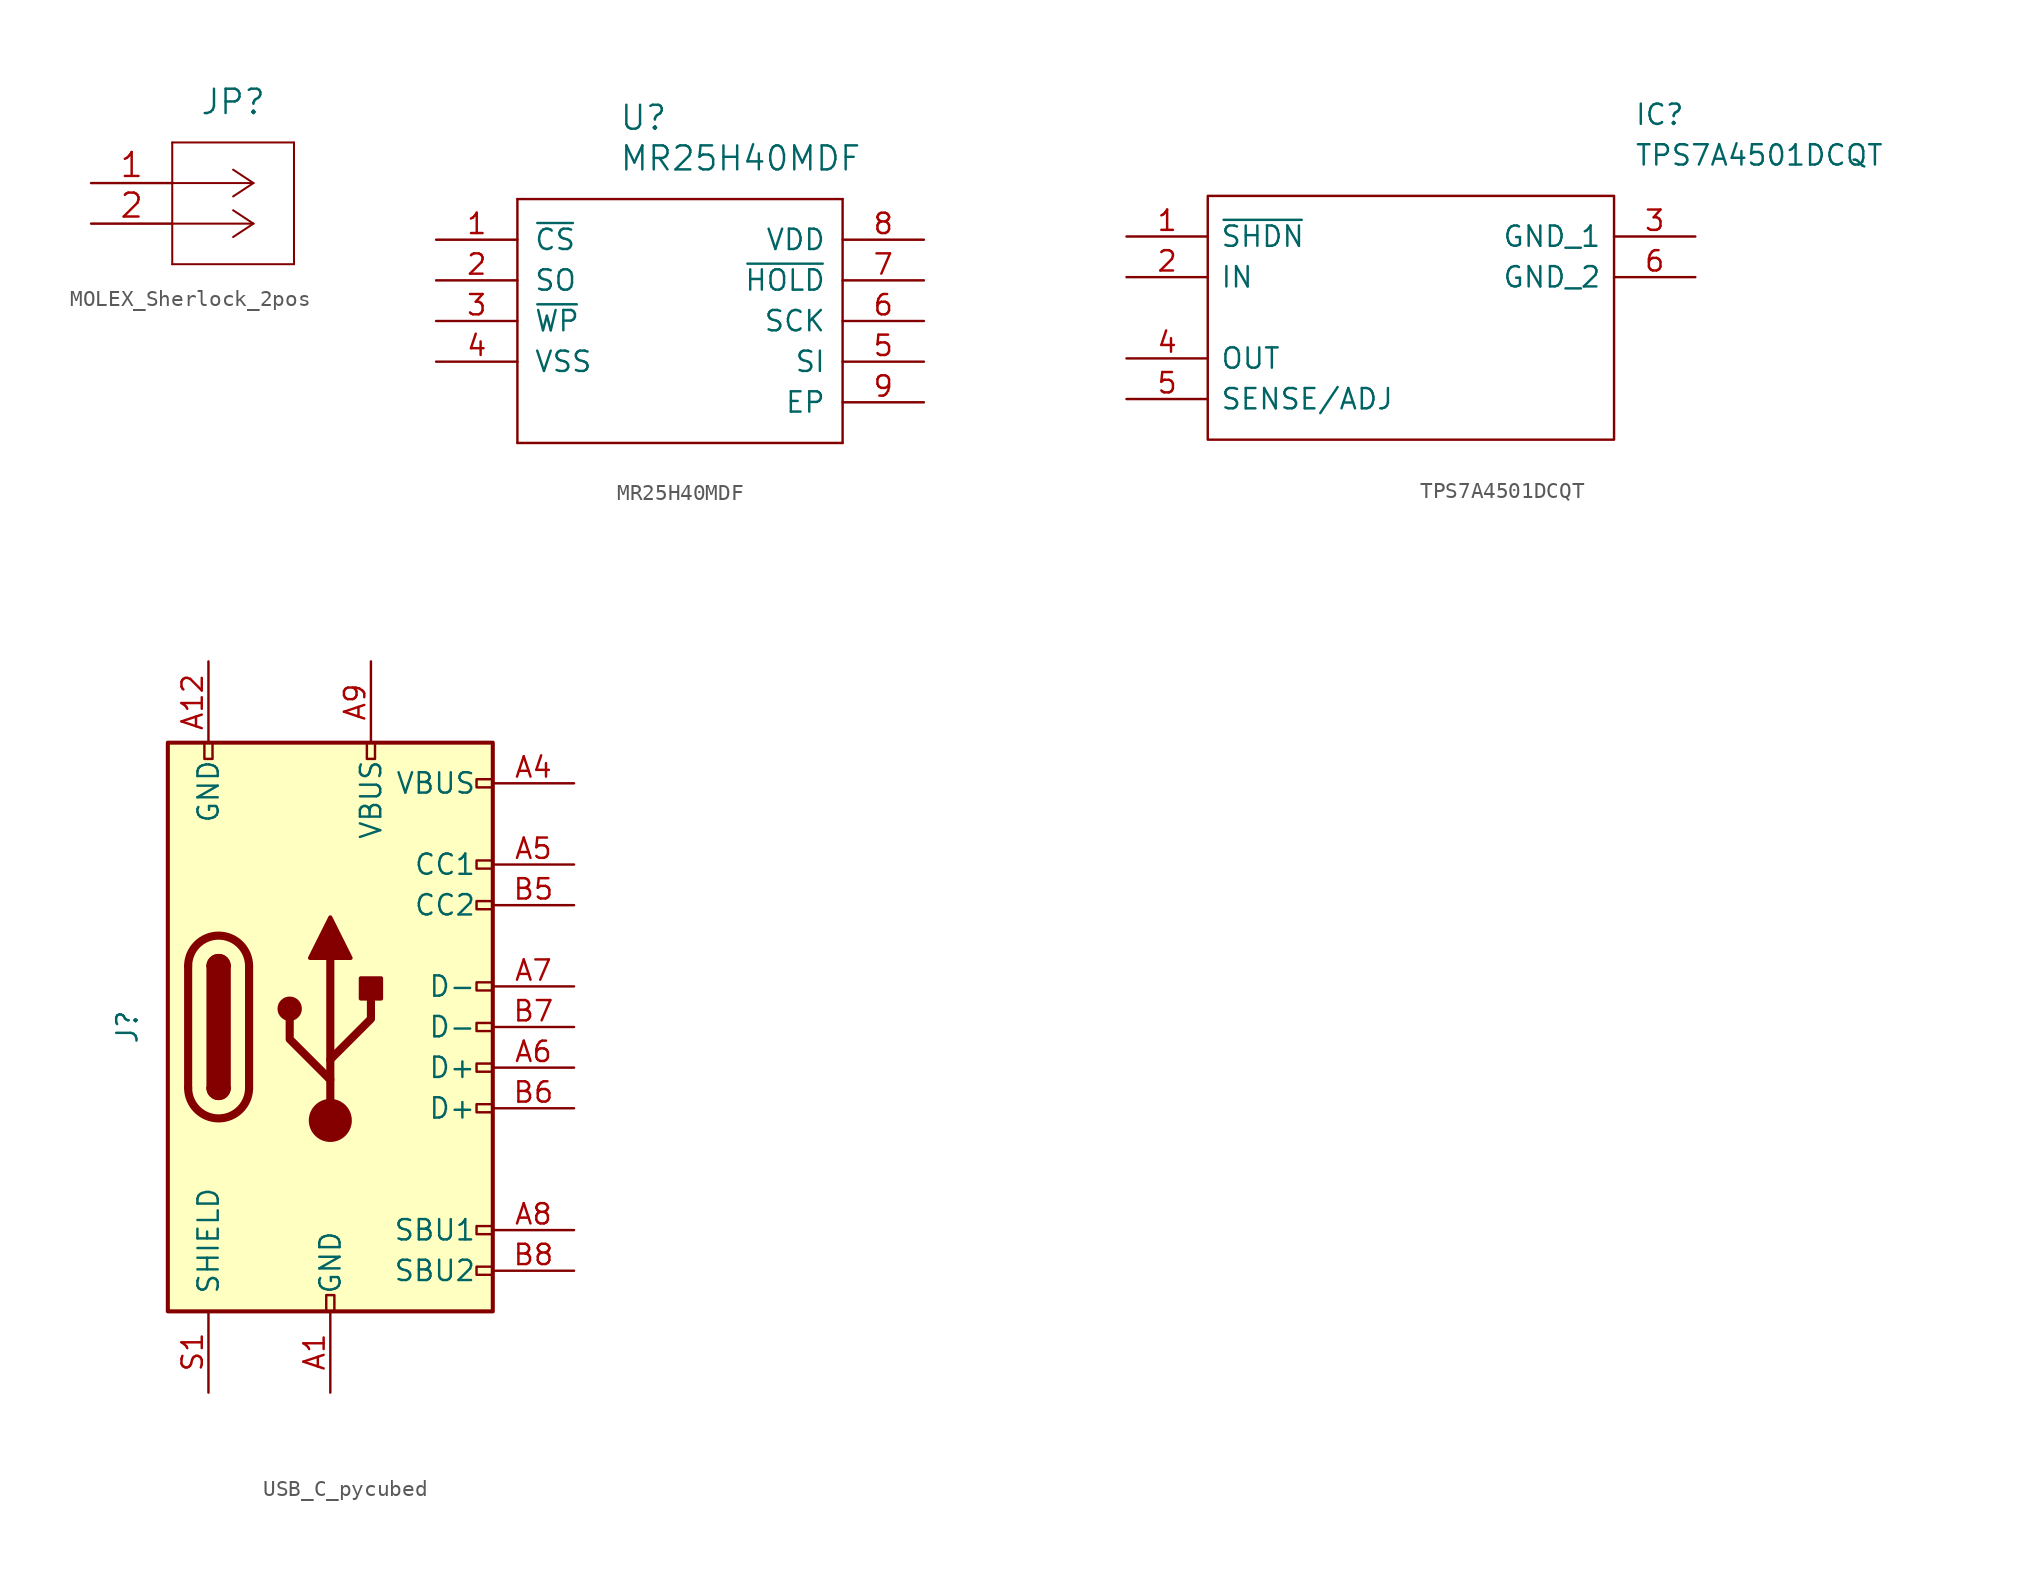
<source format=kicad_sym>
(kicad_symbol_lib
  (version 20211014)
  (generator kicad_symbol_editor)
  (symbol "MOLEX_Sherlock_2pos"
    (pin_names
      (offset 0.254) hide)
    (property "Reference" "JP"
      (at 8.89 5.08 0)
      (effects (font (size 1.524 1.524))))
    (property "Datasheet" ""
      (at 0 0 0)
      (effects (font (size 1.524 1.524))))
    (symbol "MOLEX_Sherlock_2pos_1_1"
      (polyline (pts (xy 5.08 -5.08) (xy 12.7 -5.08)) (stroke (width 0.127) (type default) (color 0 0 0 0)) (fill (type none)))
      (polyline (pts (xy 5.08 2.54) (xy 5.08 -5.08)) (stroke (width 0.127) (type default) (color 0 0 0 0)) (fill (type none)))
      (polyline (pts (xy 10.16 -2.54) (xy 5.08 -2.54)) (stroke (width 0.127) (type default) (color 0 0 0 0)) (fill (type none)))
      (polyline (pts (xy 10.16 -2.54) (xy 8.89 -3.378)) (stroke (width 0.127) (type default) (color 0 0 0 0)) (fill (type none)))
      (polyline (pts (xy 10.16 -2.54) (xy 8.89 -1.702)) (stroke (width 0.127) (type default) (color 0 0 0 0)) (fill (type none)))
      (polyline (pts (xy 10.16 0) (xy 5.08 0)) (stroke (width 0.127) (type default) (color 0 0 0 0)) (fill (type none)))
      (polyline (pts (xy 10.16 0) (xy 8.89 -0.838)) (stroke (width 0.127) (type default) (color 0 0 0 0)) (fill (type none)))
      (polyline (pts (xy 10.16 0) (xy 8.89 0.838)) (stroke (width 0.127) (type default) (color 0 0 0 0)) (fill (type none)))
      (polyline (pts (xy 12.7 -5.08) (xy 12.7 2.54)) (stroke (width 0.127) (type default) (color 0 0 0 0)) (fill (type none)))
      (polyline (pts (xy 12.7 2.54) (xy 5.08 2.54)) (stroke (width 0.127) (type default) (color 0 0 0 0)) (fill (type none)))
      (pin unspecified line (at 0 0 0) (length 5.08) (name "1" (effects (font (size 1.499 1.499)))) (number "1" (effects (font (size 1.499 1.499)))))
      (pin unspecified line (at 0 -2.54 0) (length 5.08) (name "2" (effects (font (size 1.499 1.499)))) (number "2" (effects (font (size 1.499 1.499)))))))
  (symbol "MR25H40MDF"
    (pin_names
      (offset 1.016))
    (property "Reference" "U"
      (at 11.43 7.62 0)
      (effects (font (size 1.499 1.499)) (justify left)))
    (property "Value" "MR25H40MDF"
      (at 11.43 5.08 0)
      (effects (font (size 1.499 1.499)) (justify left)))
    (property "ki_locked" ""
      (at 0 0 0)
      (effects (font (size 1.27 1.27))))
    (symbol "MR25H40MDF_1_0"
      (polyline (pts (xy 5.08 2.54) (xy 5.08 -12.7)) (stroke (width 0) (type default) (color 0 0 0 0)) (fill (type none)))
      (polyline (pts (xy 5.08 2.54) (xy 25.4 2.54)) (stroke (width 0) (type default) (color 0 0 0 0)) (fill (type none)))
      (polyline (pts (xy 25.4 -12.7) (xy 5.08 -12.7)) (stroke (width 0) (type default) (color 0 0 0 0)) (fill (type none)))
      (polyline (pts (xy 25.4 -12.7) (xy 25.4 2.54)) (stroke (width 0) (type default) (color 0 0 0 0)) (fill (type none)))
      (pin bidirectional line (at 0 0 0) (length 5.08) (name "~{CS}" (effects (font (size 1.27 1.27)))) (number "1" (effects (font (size 1.27 1.27)))))
      (pin bidirectional line (at 0 -2.54 0) (length 5.08) (name "SO" (effects (font (size 1.27 1.27)))) (number "2" (effects (font (size 1.27 1.27)))))
      (pin bidirectional line (at 0 -5.08 0) (length 5.08) (name "~{WP}" (effects (font (size 1.27 1.27)))) (number "3" (effects (font (size 1.27 1.27)))))
      (pin bidirectional line (at 0 -7.62 0) (length 5.08) (name "VSS" (effects (font (size 1.27 1.27)))) (number "4" (effects (font (size 1.27 1.27)))))
      (pin bidirectional line (at 30.48 -7.62 180) (length 5.08) (name "SI" (effects (font (size 1.27 1.27)))) (number "5" (effects (font (size 1.27 1.27)))))
      (pin bidirectional line (at 30.48 -5.08 180) (length 5.08) (name "SCK" (effects (font (size 1.27 1.27)))) (number "6" (effects (font (size 1.27 1.27)))))
      (pin bidirectional line (at 30.48 -2.54 180) (length 5.08) (name "~{HOLD}" (effects (font (size 1.27 1.27)))) (number "7" (effects (font (size 1.27 1.27)))))
      (pin bidirectional line (at 30.48 0 180) (length 5.08) (name "VDD" (effects (font (size 1.27 1.27)))) (number "8" (effects (font (size 1.27 1.27)))))
      (pin bidirectional line (at 30.48 -10.16 180) (length 5.08) (name "EP" (effects (font (size 1.27 1.27)))) (number "9" (effects (font (size 1.27 1.27)))))))
  (symbol "TPS7A4501DCQT"
    (pin_names
      (offset 0.762))
    (property "Reference" "IC"
      (at 31.75 7.62 0)
      (effects (font (size 1.27 1.27)) (justify left)))
    (property "Value" "TPS7A4501DCQT"
      (at 31.75 5.08 0)
      (effects (font (size 1.27 1.27)) (justify left)))
    (symbol "TPS7A4501DCQT_0_0"
      (pin passive line (at 0 0 0) (length 5.08) (name "~{SHDN}" (effects (font (size 1.27 1.27)))) (number "1" (effects (font (size 1.27 1.27)))))
      (pin input line (at 0 -2.54 0) (length 5.08) (name "IN" (effects (font (size 1.27 1.27)))) (number "2" (effects (font (size 1.27 1.27)))))
      (pin power_in line (at 35.56 0 180) (length 5.08) (name "GND_1" (effects (font (size 1.27 1.27)))) (number "3" (effects (font (size 1.27 1.27)))))
      (pin output line (at 0 -7.62 0) (length 5.08) (name "OUT" (effects (font (size 1.27 1.27)))) (number "4" (effects (font (size 1.27 1.27)))))
      (pin passive line (at 0 -10.16 0) (length 5.08) (name "SENSE/ADJ" (effects (font (size 1.27 1.27)))) (number "5" (effects (font (size 1.27 1.27)))))
      (pin power_in line (at 35.56 -2.54 180) (length 5.08) (name "GND_2" (effects (font (size 1.27 1.27)))) (number "6" (effects (font (size 1.27 1.27))))))
    (symbol "TPS7A4501DCQT_0_1"
      (polyline (pts (xy 5.08 2.54) (xy 30.48 2.54) (xy 30.48 -12.7) (xy 5.08 -12.7) (xy 5.08 2.54)) (stroke (width 0.152) (type default) (color 0 0 0 0)) (fill (type none)))))
  (symbol "USB_C_pycubed"
    (pin_names
      (offset 1.016))
    (property "Reference" "J"
      (at -12.7 0 90)
      (effects (font (size 1.27 1.27))))
    (symbol "USB_C_pycubed_1_1"
      (rectangle (start -10.16 17.78) (end 10.16 -17.78) (stroke (width 0.254) (type default) (color 0 0 0 0)) (fill (type background)))
      (arc (start -8.89 -3.81) (mid -6.985 -5.715) (end -5.08 -3.81) (stroke (width 0.508) (type default) (color 0 0 0 0)) (fill (type none)))
      (rectangle (start -7.874 17.78) (end -7.366 16.764) (stroke (width 0) (type default) (color 0 0 0 0)) (fill (type none)))
      (arc (start -7.62 -3.81) (mid -6.985 -4.445) (end -6.35 -3.81) (stroke (width 0.254) (type default) (color 0 0 0 0)) (fill (type none)))
      (arc (start -7.62 -3.81) (mid -6.985 -4.445) (end -6.35 -3.81) (stroke (width 0.254) (type default) (color 0 0 0 0)) (fill (type outline)))
      (rectangle (start -7.62 -3.81) (end -6.35 3.81) (stroke (width 0.254) (type default) (color 0 0 0 0)) (fill (type outline)))
      (arc (start -6.35 3.81) (mid -6.985 4.445) (end -7.62 3.81) (stroke (width 0.254) (type default) (color 0 0 0 0)) (fill (type none)))
      (arc (start -6.35 3.81) (mid -6.985 4.445) (end -7.62 3.81) (stroke (width 0.254) (type default) (color 0 0 0 0)) (fill (type outline)))
      (arc (start -5.08 3.81) (mid -6.985 5.715) (end -8.89 3.81) (stroke (width 0.508) (type default) (color 0 0 0 0)) (fill (type none)))
      (circle (center -2.54 1.143) (radius 0.635) (stroke (width 0.254) (type default) (color 0 0 0 0)) (fill (type outline)))
      (rectangle (start -0.254 -17.78) (end 0.254 -16.764) (stroke (width 0) (type default) (color 0 0 0 0)) (fill (type none)))
      (circle (center 0 -5.842) (radius 1.27) (stroke (width 0) (type default) (color 0 0 0 0)) (fill (type outline)))
      (polyline (pts (xy -8.89 -3.81) (xy -8.89 3.81)) (stroke (width 0.508) (type default) (color 0 0 0 0)) (fill (type none)))
      (polyline (pts (xy -5.08 3.81) (xy -5.08 -3.81)) (stroke (width 0.508) (type default) (color 0 0 0 0)) (fill (type none)))
      (polyline (pts (xy 0 -5.842) (xy 0 4.318)) (stroke (width 0.508) (type default) (color 0 0 0 0)) (fill (type none)))
      (polyline (pts (xy 0 -3.302) (xy -2.54 -0.762) (xy -2.54 0.508)) (stroke (width 0.508) (type default) (color 0 0 0 0)) (fill (type none)))
      (polyline (pts (xy 0 -2.032) (xy 2.54 0.508) (xy 2.54 1.778)) (stroke (width 0.508) (type default) (color 0 0 0 0)) (fill (type none)))
      (polyline (pts (xy -1.27 4.318) (xy 0 6.858) (xy 1.27 4.318) (xy -1.27 4.318)) (stroke (width 0.254) (type default) (color 0 0 0 0)) (fill (type outline)))
      (rectangle (start 1.905 1.778) (end 3.175 3.048) (stroke (width 0.254) (type default) (color 0 0 0 0)) (fill (type outline)))
      (rectangle (start 2.286 17.78) (end 2.794 16.764) (stroke (width 0) (type default) (color 0 0 0 0)) (fill (type none)))
      (rectangle (start 10.16 -14.986) (end 9.144 -15.494) (stroke (width 0) (type default) (color 0 0 0 0)) (fill (type none)))
      (rectangle (start 10.16 -12.446) (end 9.144 -12.954) (stroke (width 0) (type default) (color 0 0 0 0)) (fill (type none)))
      (rectangle (start 10.16 -4.826) (end 9.144 -5.334) (stroke (width 0) (type default) (color 0 0 0 0)) (fill (type none)))
      (rectangle (start 10.16 -2.286) (end 9.144 -2.794) (stroke (width 0) (type default) (color 0 0 0 0)) (fill (type none)))
      (rectangle (start 10.16 0.254) (end 9.144 -0.254) (stroke (width 0) (type default) (color 0 0 0 0)) (fill (type none)))
      (rectangle (start 10.16 2.794) (end 9.144 2.286) (stroke (width 0) (type default) (color 0 0 0 0)) (fill (type none)))
      (rectangle (start 10.16 7.874) (end 9.144 7.366) (stroke (width 0) (type default) (color 0 0 0 0)) (fill (type none)))
      (rectangle (start 10.16 10.414) (end 9.144 9.906) (stroke (width 0) (type default) (color 0 0 0 0)) (fill (type none)))
      (rectangle (start 10.16 15.494) (end 9.144 14.986) (stroke (width 0) (type default) (color 0 0 0 0)) (fill (type none)))
      (pin passive line (at 0 -22.86 90) (length 5.08) (name "GND" (effects (font (size 1.27 1.27)))) (number "A1" (effects (font (size 1.27 1.27)))))
      (pin passive line (at -7.62 22.86 270) (length 5.08) (name "GND" (effects (font (size 1.27 1.27)))) (number "A12" (effects (font (size 1.27 1.27)))))
      (pin passive line (at 15.24 15.24 180) (length 5.08) (name "VBUS" (effects (font (size 1.27 1.27)))) (number "A4" (effects (font (size 1.27 1.27)))))
      (pin bidirectional line (at 15.24 10.16 180) (length 5.08) (name "CC1" (effects (font (size 1.27 1.27)))) (number "A5" (effects (font (size 1.27 1.27)))))
      (pin bidirectional line (at 15.24 -2.54 180) (length 5.08) (name "D+" (effects (font (size 1.27 1.27)))) (number "A6" (effects (font (size 1.27 1.27)))))
      (pin bidirectional line (at 15.24 2.54 180) (length 5.08) (name "D-" (effects (font (size 1.27 1.27)))) (number "A7" (effects (font (size 1.27 1.27)))))
      (pin bidirectional line (at 15.24 -12.7 180) (length 5.08) (name "SBU1" (effects (font (size 1.27 1.27)))) (number "A8" (effects (font (size 1.27 1.27)))))
      (pin passive line (at 2.54 22.86 270) (length 5.08) (name "VBUS" (effects (font (size 1.27 1.27)))) (number "A9" (effects (font (size 1.27 1.27)))))
      (pin bidirectional line (at 15.24 7.62 180) (length 5.08) (name "CC2" (effects (font (size 1.27 1.27)))) (number "B5" (effects (font (size 1.27 1.27)))))
      (pin bidirectional line (at 15.24 -5.08 180) (length 5.08) (name "D+" (effects (font (size 1.27 1.27)))) (number "B6" (effects (font (size 1.27 1.27)))))
      (pin bidirectional line (at 15.24 0 180) (length 5.08) (name "D-" (effects (font (size 1.27 1.27)))) (number "B7" (effects (font (size 1.27 1.27)))))
      (pin bidirectional line (at 15.24 -15.24 180) (length 5.08) (name "SBU2" (effects (font (size 1.27 1.27)))) (number "B8" (effects (font (size 1.27 1.27)))))
      (pin passive line (at -7.62 -22.86 90) (length 5.08) (name "SHIELD" (effects (font (size 1.27 1.27)))) (number "S1" (effects (font (size 1.27 1.27))))))))
</source>
